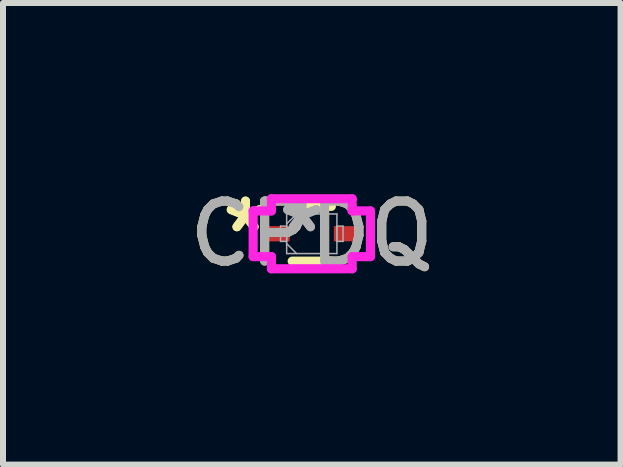
<source format=kicad_pcb>
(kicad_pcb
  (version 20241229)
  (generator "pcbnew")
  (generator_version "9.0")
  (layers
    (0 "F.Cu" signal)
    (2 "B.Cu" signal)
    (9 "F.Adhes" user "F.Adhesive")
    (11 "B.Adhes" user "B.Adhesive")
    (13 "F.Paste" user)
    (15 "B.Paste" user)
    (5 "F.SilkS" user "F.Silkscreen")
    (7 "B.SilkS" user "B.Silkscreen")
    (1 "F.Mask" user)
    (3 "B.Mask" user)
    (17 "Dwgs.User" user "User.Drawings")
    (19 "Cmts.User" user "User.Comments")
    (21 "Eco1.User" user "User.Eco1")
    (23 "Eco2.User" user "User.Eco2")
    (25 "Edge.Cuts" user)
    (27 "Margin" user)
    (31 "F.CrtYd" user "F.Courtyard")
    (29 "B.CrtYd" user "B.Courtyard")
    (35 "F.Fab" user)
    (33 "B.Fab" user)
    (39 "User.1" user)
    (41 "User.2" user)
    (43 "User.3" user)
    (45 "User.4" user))
  (footprint "CPDQ"
    (layer "F.Cu")
    (at 2.149 0.848)
    (property "Reference" "CPDQ" (at 0 0 0) (unlocked yes) (layer "F.SilkS") (effects (font (size 1 1) (thickness 0.15))))
    (attr smd)
    (fp_line (start -0.327 0.457) (end 0.327 0.457) (stroke (width 0.152) (type solid)) (layer "F.SilkS"))
    (fp_line (start 0.327 -0.457) (end -0.327 -0.457) (stroke (width 0.152) (type solid)) (layer "F.SilkS"))
    (fp_line (start -0.978 -0.381) (end -0.673 -0.381) (stroke (width 0.152) (type solid)) (layer "F.CrtYd"))
    (fp_line (start -0.978 0.381) (end -0.978 -0.381) (stroke (width 0.152) (type solid)) (layer "F.CrtYd"))
    (fp_line (start -0.673 -0.584) (end 0.673 -0.584) (stroke (width 0.152) (type solid)) (layer "F.CrtYd"))
    (fp_line (start -0.673 -0.381) (end -0.673 -0.584) (stroke (width 0.152) (type solid)) (layer "F.CrtYd"))
    (fp_line (start -0.673 0.381) (end -0.978 0.381) (stroke (width 0.152) (type solid)) (layer "F.CrtYd"))
    (fp_line (start -0.673 0.584) (end -0.673 0.381) (stroke (width 0.152) (type solid)) (layer "F.CrtYd"))
    (fp_line (start 0.673 -0.584) (end 0.673 -0.381) (stroke (width 0.152) (type solid)) (layer "F.CrtYd"))
    (fp_line (start 0.673 -0.381) (end 0.978 -0.381) (stroke (width 0.152) (type solid)) (layer "F.CrtYd"))
    (fp_line (start 0.673 0.381) (end 0.673 0.584) (stroke (width 0.152) (type solid)) (layer "F.CrtYd"))
    (fp_line (start 0.673 0.584) (end -0.673 0.584) (stroke (width 0.152) (type solid)) (layer "F.CrtYd"))
    (fp_line (start 0.978 -0.381) (end 0.978 0.381) (stroke (width 0.152) (type solid)) (layer "F.CrtYd"))
    (fp_line (start 0.978 0.381) (end 0.673 0.381) (stroke (width 0.152) (type solid)) (layer "F.CrtYd"))
    (fp_line (start -0.521 -0.127) (end -0.521 0.127) (stroke (width 0.025) (type solid)) (layer "F.Fab"))
    (fp_line (start -0.521 0.127) (end -0.419 0.127) (stroke (width 0.025) (type solid)) (layer "F.Fab"))
    (fp_line (start -0.419 -0.33) (end -0.419 0.33) (stroke (width 0.025) (type solid)) (layer "F.Fab"))
    (fp_line (start -0.419 -0.165) (end -0.254 -0.33) (stroke (width 0.025) (type solid)) (layer "F.Fab"))
    (fp_line (start -0.419 -0.127) (end -0.521 -0.127) (stroke (width 0.025) (type solid)) (layer "F.Fab"))
    (fp_line (start -0.419 0.127) (end -0.419 -0.127) (stroke (width 0.025) (type solid)) (layer "F.Fab"))
    (fp_line (start -0.419 0.165) (end -0.254 0.33) (stroke (width 0.025) (type solid)) (layer "F.Fab"))
    (fp_line (start -0.419 0.33) (end 0.419 0.33) (stroke (width 0.025) (type solid)) (layer "F.Fab"))
    (fp_line (start 0.419 -0.33) (end -0.419 -0.33) (stroke (width 0.025) (type solid)) (layer "F.Fab"))
    (fp_line (start 0.419 -0.127) (end 0.419 0.127) (stroke (width 0.025) (type solid)) (layer "F.Fab"))
    (fp_line (start 0.419 0.127) (end 0.521 0.127) (stroke (width 0.025) (type solid)) (layer "F.Fab"))
    (fp_line (start 0.419 0.33) (end 0.419 -0.33) (stroke (width 0.025) (type solid)) (layer "F.Fab"))
    (fp_line (start 0.521 -0.127) (end 0.419 -0.127) (stroke (width 0.025) (type solid)) (layer "F.Fab"))
    (fp_line (start 0.521 0.127) (end 0.521 -0.127) (stroke (width 0.025) (type solid)) (layer "F.Fab"))
    (fp_text user "*" (at -1.105 0 0) (unlocked yes) (layer "F.SilkS") (effects (font (size 1 1) (thickness 0.15))))
    (fp_text user "*" (at -1.105 0 0) (layer "F.SilkS") (effects (font (size 1 1) (thickness 0.15))))
    (fp_text user "*" (at -0.165 0 0) (layer "F.Fab") (effects (font (size 1 1) (thickness 0.15))))
    (fp_text user "${REFERENCE}" (at 0 0 0) (unlocked yes) (layer "F.Fab") (effects (font (size 1 1) (thickness 0.15))))
    (fp_text user "*" (at -0.165 0 0) (unlocked yes) (layer "F.Fab") (effects (font (size 1 1) (thickness 0.15))))
    (pad "1" smd rect (at -0.546 0) (size 0.356 0.254) (layers "F.Cu" "F.Mask" "F.Paste"))
    (pad "2" smd rect (at 0.546 0) (size 0.356 0.254) (layers "F.Cu" "F.Mask" "F.Paste"))
    (zone (net_name "") (layer "F.Cu") (hatch full 0.508) (connect_pads) (min_thickness 0.254) (filled_areas_thickness no) (keepout (tracks not_allowed) (vias not_allowed) (pads allowed) (copperpour not_allowed) (footprints allowed)) (placement (enabled no)) (fill) (polygon (pts (xy 1.831 0.569) (xy 2.466 0.569) (xy 2.466 1.128) (xy 1.831 1.128)))))
  (gr_rect
    (start -3 -3)
    (end 7.298 4.697)
    (stroke (width 0.1) (type default))
    (fill no)
    (layer "Edge.Cuts")))
</source>
